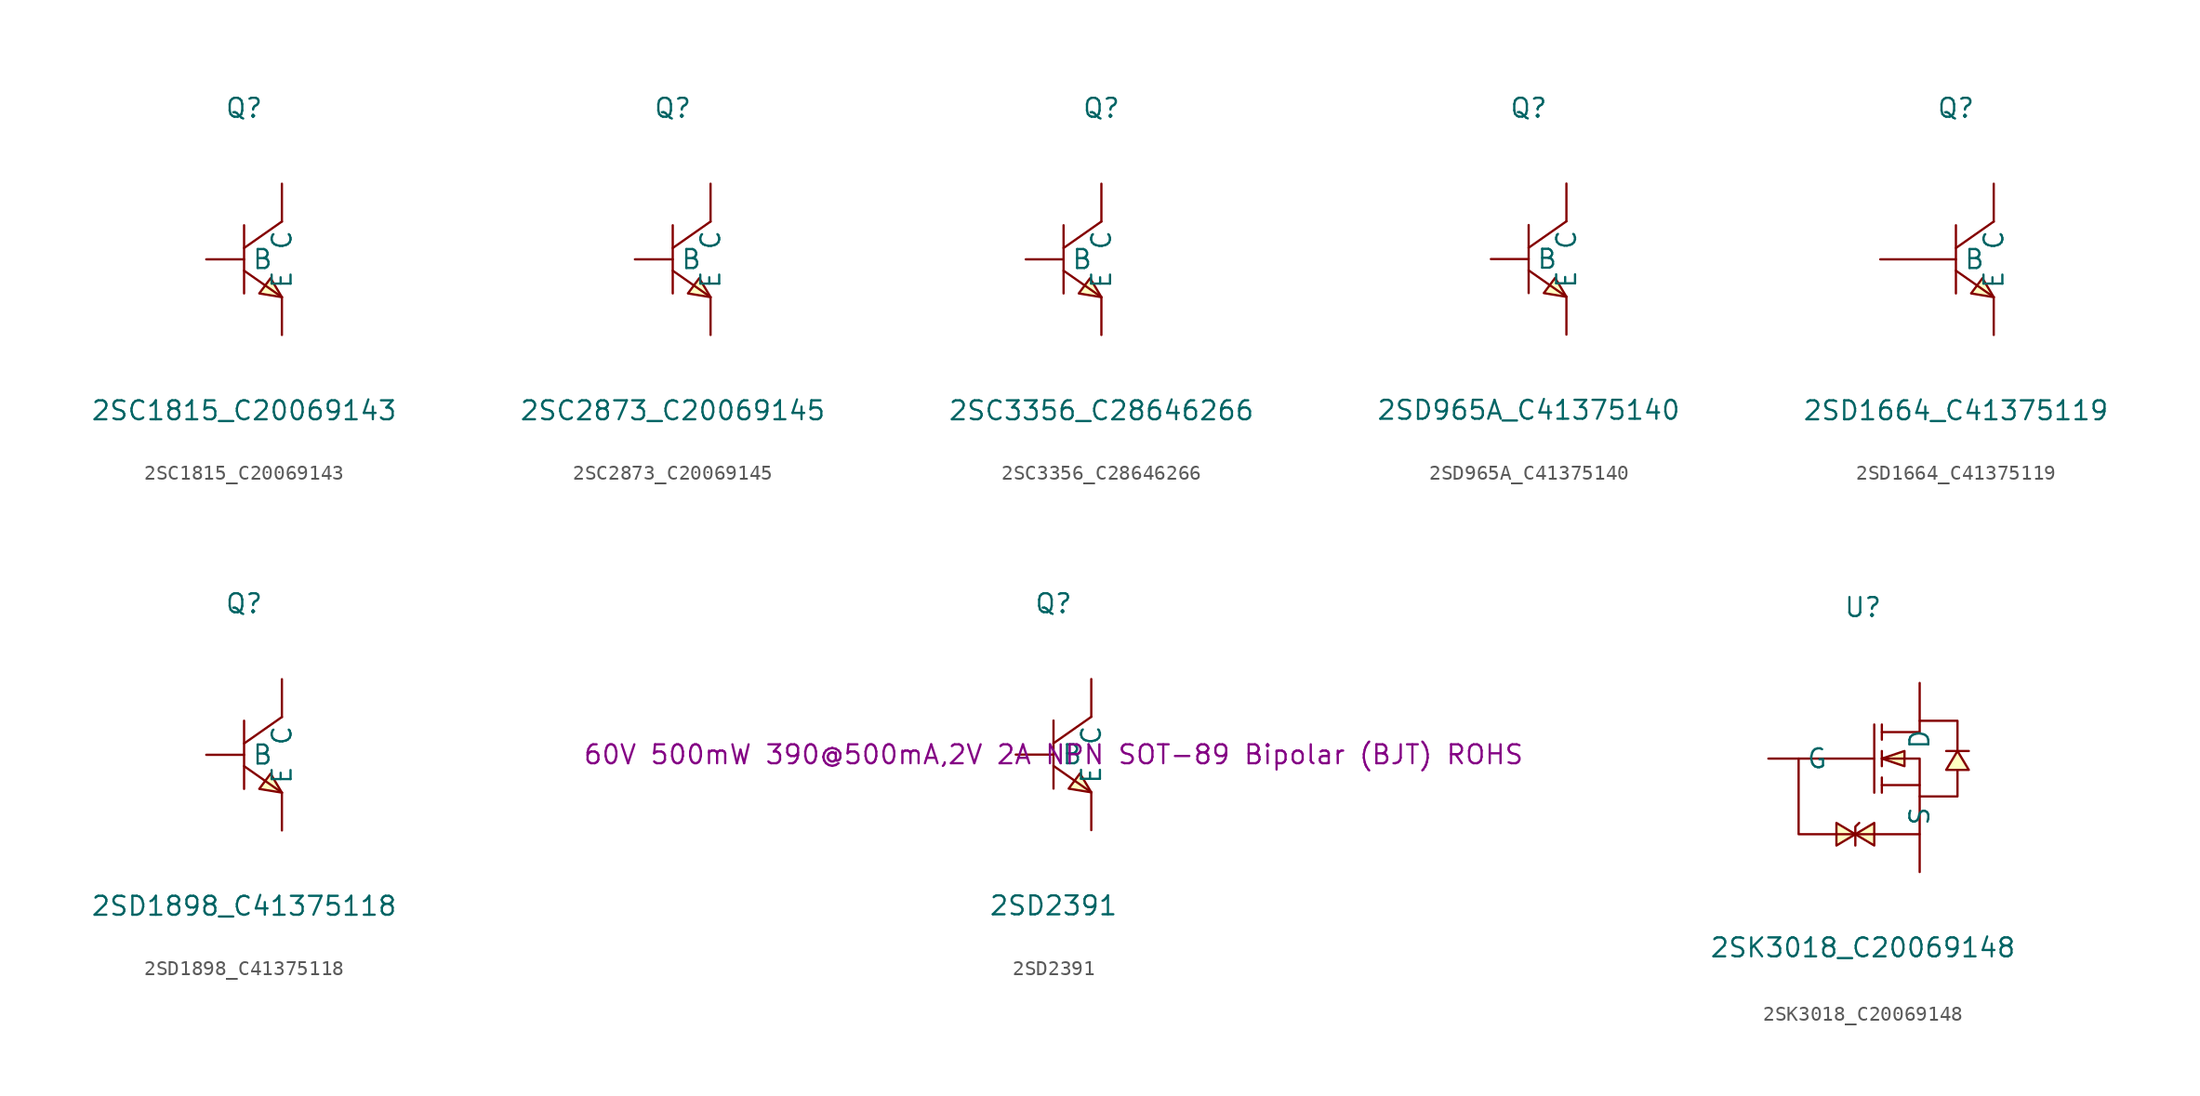
<source format=kicad_sym>
(kicad_symbol_lib
  (version 20241209)
  (generator "kicad_symbol_editor")
  (generator_version "9.0")
  (symbol "2SC1815_C20069143"
    (pin_numbers
      (hide yes))
    (property "Reference" "Q"
      (at 0 10.16 0)
      (effects (font (size 1.27 1.27))))
    (property "Value" "2SC1815_C20069143"
      (at 0 -10.16 0)
      (effects (font (size 1.27 1.27))))
    (symbol "2SC1815_C20069143_0_1"
      (polyline (pts (xy 0 2.29) (xy 0 -2.29)) (stroke (width 0) (type default)) (fill (type none)))
      (polyline (pts (xy 0 -0.76) (xy 2.54 -2.54)) (stroke (width 0) (type default)) (fill (type none)))
      (polyline (pts (xy 2.54 2.54) (xy 0 0.76)) (stroke (width 0) (type default)) (fill (type none)))
      (polyline (pts (xy 2.54 -2.54) (xy 1.78 -1.27) (xy 1.02 -2.29) (xy 2.54 -2.54)) (stroke (width 0) (type default)) (fill (type background)))
      (pin input line (at -2.54 0 0) (length 2.54) (name "B" (effects (font (size 1.27 1.27)))) (number "1" (effects (font (size 1.27 1.27)))))
      (pin input line (at 2.54 5.08 270) (length 2.54) (name "C" (effects (font (size 1.27 1.27)))) (number "3" (effects (font (size 1.27 1.27)))))
      (pin input line (at 2.54 -5.08 90) (length 2.54) (name "E" (effects (font (size 1.27 1.27)))) (number "2" (effects (font (size 1.27 1.27)))))))
  (symbol "2SC2873_C20069145"
    (pin_numbers
      (hide yes))
    (property "Reference" "Q"
      (at 0 10.16 0)
      (effects (font (size 1.27 1.27))))
    (property "Value" "2SC2873_C20069145"
      (at 0 -10.16 0)
      (effects (font (size 1.27 1.27))))
    (symbol "2SC2873_C20069145_0_1"
      (polyline (pts (xy 0 2.29) (xy 0 -2.29)) (stroke (width 0) (type default)) (fill (type none)))
      (polyline (pts (xy 0 -0.76) (xy 2.54 -2.54)) (stroke (width 0) (type default)) (fill (type none)))
      (polyline (pts (xy 2.54 2.54) (xy 0 0.76)) (stroke (width 0) (type default)) (fill (type none)))
      (polyline (pts (xy 2.54 -2.54) (xy 1.78 -1.27) (xy 1.02 -2.29) (xy 2.54 -2.54)) (stroke (width 0) (type default)) (fill (type background)))
      (pin input line (at -2.54 0 0) (length 2.54) (name "B" (effects (font (size 1.27 1.27)))) (number "1" (effects (font (size 1.27 1.27)))))
      (pin input line (at 2.54 5.08 270) (length 2.54) (name "C" (effects (font (size 1.27 1.27)))) (number "2" (effects (font (size 1.27 1.27)))))
      (pin input line (at 2.54 -5.08 90) (length 2.54) (name "E" (effects (font (size 1.27 1.27)))) (number "3" (effects (font (size 1.27 1.27)))))))
  (symbol "2SC3356_C28646266"
    (pin_numbers
      (hide yes))
    (property "Reference" "Q"
      (at 0 10.16 0)
      (effects (font (size 1.27 1.27))))
    (property "Value" "2SC3356_C28646266"
      (at 0 -10.16 0)
      (effects (font (size 1.27 1.27))))
    (symbol "2SC3356_C28646266_0_1"
      (polyline (pts (xy -2.54 2.29) (xy -2.54 -2.29)) (stroke (width 0) (type default)) (fill (type none)))
      (polyline (pts (xy -2.54 -0.76) (xy 0 -2.54)) (stroke (width 0) (type default)) (fill (type none)))
      (polyline (pts (xy 0 2.54) (xy -2.54 0.76)) (stroke (width 0) (type default)) (fill (type none)))
      (polyline (pts (xy 0 -2.54) (xy -0.76 -1.27) (xy -1.52 -2.29) (xy 0 -2.54)) (stroke (width 0) (type default)) (fill (type background)))
      (pin input line (at -5.08 0 0) (length 2.54) (name "B" (effects (font (size 1.27 1.27)))) (number "1" (effects (font (size 1.27 1.27)))))
      (pin input line (at 0 5.08 270) (length 2.54) (name "C" (effects (font (size 1.27 1.27)))) (number "3" (effects (font (size 1.27 1.27)))))
      (pin input line (at 0 -5.08 90) (length 2.54) (name "E" (effects (font (size 1.27 1.27)))) (number "2" (effects (font (size 1.27 1.27)))))))
  (symbol "2SD965A_C41375140"
    (pin_numbers
      (hide yes))
    (property "Reference" "Q"
      (at 0 10.16 0)
      (effects (font (size 1.27 1.27))))
    (property "Value" "2SD965A_C41375140"
      (at 0 -10.16 0)
      (effects (font (size 1.27 1.27))))
    (symbol "2SD965A_C41375140_0_1"
      (polyline (pts (xy 0 2.29) (xy 0 -2.29)) (stroke (width 0) (type default)) (fill (type none)))
      (polyline (pts (xy 0 -0.76) (xy 2.54 -2.54)) (stroke (width 0) (type default)) (fill (type none)))
      (polyline (pts (xy 2.54 2.54) (xy 0 0.76)) (stroke (width 0) (type default)) (fill (type none)))
      (polyline (pts (xy 2.54 -2.54) (xy 1.78 -1.27) (xy 1.02 -2.29) (xy 2.54 -2.54)) (stroke (width 0) (type default)) (fill (type background)))
      (pin unspecified line (at -2.54 0 0) (length 2.54) (name "B" (effects (font (size 1.27 1.27)))) (number "1" (effects (font (size 1.27 1.27)))))
      (pin unspecified line (at 2.54 5.08 270) (length 2.54) (name "C" (effects (font (size 1.27 1.27)))) (number "2" (effects (font (size 1.27 1.27)))))
      (pin unspecified line (at 2.54 -5.08 90) (length 2.54) (name "E" (effects (font (size 1.27 1.27)))) (number "3" (effects (font (size 1.27 1.27)))))))
  (symbol "2SD1664_C41375119"
    (pin_numbers
      (hide yes))
    (property "Reference" "Q"
      (at 0 10.16 0)
      (effects (font (size 1.27 1.27))))
    (property "Value" "2SD1664_C41375119"
      (at 0 -10.16 0)
      (effects (font (size 1.27 1.27))))
    (symbol "2SD1664_C41375119_0_1"
      (polyline (pts (xy 0 2.29) (xy 0 -2.29)) (stroke (width 0) (type default)) (fill (type none)))
      (polyline (pts (xy 0 -0.76) (xy 2.54 -2.54)) (stroke (width 0) (type default)) (fill (type none)))
      (polyline (pts (xy 2.54 2.54) (xy 0 0.76)) (stroke (width 0) (type default)) (fill (type none)))
      (polyline (pts (xy 2.54 -2.54) (xy 1.78 -1.27) (xy 1.02 -2.29) (xy 2.54 -2.54)) (stroke (width 0) (type default)) (fill (type background)))
      (pin unspecified line (at -5.08 0 0) (length 5.08) (name "B" (effects (font (size 1.27 1.27)))) (number "1" (effects (font (size 1.27 1.27)))))
      (pin unspecified line (at 2.54 5.08 270) (length 2.54) (name "C" (effects (font (size 1.27 1.27)))) (number "2" (effects (font (size 1.27 1.27)))))
      (pin unspecified line (at 2.54 -5.08 90) (length 2.54) (name "E" (effects (font (size 1.27 1.27)))) (number "3" (effects (font (size 1.27 1.27)))))))
  (symbol "2SD1898_C41375118"
    (pin_numbers
      (hide yes))
    (property "Reference" "Q"
      (at 0 10.16 0)
      (effects (font (size 1.27 1.27))))
    (property "Value" "2SD1898_C41375118"
      (at 0 -10.16 0)
      (effects (font (size 1.27 1.27))))
    (symbol "2SD1898_C41375118_0_1"
      (polyline (pts (xy 0 2.29) (xy 0 -2.29)) (stroke (width 0) (type default)) (fill (type none)))
      (polyline (pts (xy 0 -0.76) (xy 2.54 -2.54)) (stroke (width 0) (type default)) (fill (type none)))
      (polyline (pts (xy 2.54 2.54) (xy 0 0.76)) (stroke (width 0) (type default)) (fill (type none)))
      (polyline (pts (xy 2.54 -2.54) (xy 1.78 -1.27) (xy 1.02 -2.29) (xy 2.54 -2.54)) (stroke (width 0) (type default)) (fill (type background)))
      (pin unspecified line (at -2.54 0 0) (length 2.54) (name "B" (effects (font (size 1.27 1.27)))) (number "1" (effects (font (size 1.27 1.27)))))
      (pin unspecified line (at 2.54 5.08 270) (length 2.54) (name "C" (effects (font (size 1.27 1.27)))) (number "2" (effects (font (size 1.27 1.27)))))
      (pin unspecified line (at 2.54 -5.08 90) (length 2.54) (name "E" (effects (font (size 1.27 1.27)))) (number "3" (effects (font (size 1.27 1.27)))))))
  (symbol "2SD2391"
    (pin_numbers
      (hide yes))
    (property "Reference" "Q"
      (at 0 10.16 0)
      (effects (font (size 1.27 1.27))))
    (property "Value" "2SD2391"
      (at 0 -10.16 0)
      (effects (font (size 1.27 1.27))))
    (property "Description" "60V 500mW 390@500mA,2V 2A NPN SOT-89 Bipolar (BJT) ROHS"
      (at 0 0 0)
      (effects (font (size 1.27 1.27))))
    (symbol "2SD2391_0_1"
      (polyline (pts (xy 0 2.29) (xy 0 -2.29)) (stroke (width 0) (type default)) (fill (type none)))
      (polyline (pts (xy 0 -0.76) (xy 2.54 -2.54)) (stroke (width 0) (type default)) (fill (type none)))
      (polyline (pts (xy 2.54 2.54) (xy 0 0.76)) (stroke (width 0) (type default)) (fill (type none)))
      (polyline (pts (xy 2.54 -2.54) (xy 1.78 -1.27) (xy 1.02 -2.29) (xy 2.54 -2.54)) (stroke (width 0) (type default)) (fill (type background)))
      (pin input line (at -2.54 0 0) (length 2.54) (name "B" (effects (font (size 1.27 1.27)))) (number "1" (effects (font (size 1.27 1.27)))))
      (pin input line (at 2.54 5.08 270) (length 2.54) (name "C" (effects (font (size 1.27 1.27)))) (number "2" (effects (font (size 1.27 1.27)))))
      (pin input line (at 2.54 -5.08 90) (length 2.54) (name "E" (effects (font (size 1.27 1.27)))) (number "3" (effects (font (size 1.27 1.27)))))))
  (symbol "2SK3018_C20069148"
    (pin_numbers
      (hide yes))
    (property "Reference" "U"
      (at 0 11.43 0)
      (effects (font (size 1.27 1.27))))
    (property "Value" "2SK3018_C20069148"
      (at 0 -11.43 0)
      (effects (font (size 1.27 1.27))))
    (symbol "2SK3018_C20069148_0_1"
      (polyline (pts (xy -0.51 -3.81) (xy -1.78 -3.05) (xy -1.78 -4.57) (xy -0.51 -3.81)) (stroke (width 0) (type default)) (fill (type background)))
      (polyline (pts (xy -0.51 -3.81) (xy 0.76 -4.57) (xy 0.76 -3.05) (xy -0.51 -3.81)) (stroke (width 0) (type default)) (fill (type background)))
      (polyline (pts (xy -0.25 -3.05) (xy -0.51 -3.3) (xy -0.51 -4.32) (xy -0.51 -4.57)) (stroke (width 0) (type default)) (fill (type none)))
      (polyline (pts (xy 0.76 3.56) (xy 0.76 -1.02)) (stroke (width 0) (type default)) (fill (type none)))
      (polyline (pts (xy 0.76 1.27) (xy -4.32 1.27) (xy -4.32 -3.81) (xy 3.81 -3.81) (xy 3.81 -1.27)) (stroke (width 0) (type default)) (fill (type none)))
      (polyline (pts (xy 1.27 3.56) (xy 1.27 2.54)) (stroke (width 0) (type default)) (fill (type none)))
      (polyline (pts (xy 1.27 3.05) (xy 3.81 3.05) (xy 3.81 3.81) (xy 6.35 3.81) (xy 6.35 1.78)) (stroke (width 0) (type default)) (fill (type none)))
      (polyline (pts (xy 1.27 1.27) (xy 2.79 0.76) (xy 2.79 1.78) (xy 1.27 1.27)) (stroke (width 0) (type default)) (fill (type background)))
      (polyline (pts (xy 1.27 1.27) (xy 3.81 1.27) (xy 3.81 -1.27) (xy 6.35 -1.27) (xy 6.35 0.51)) (stroke (width 0) (type default)) (fill (type none)))
      (polyline (pts (xy 1.27 0.76) (xy 1.27 1.78)) (stroke (width 0) (type default)) (fill (type none)))
      (polyline (pts (xy 1.27 -1.02) (xy 1.27 0)) (stroke (width 0) (type default)) (fill (type none)))
      (polyline (pts (xy 3.81 -0.51) (xy 1.27 -0.51)) (stroke (width 0) (type default)) (fill (type none)))
      (polyline (pts (xy 6.35 1.78) (xy 5.59 0.51) (xy 7.11 0.51) (xy 6.35 1.78)) (stroke (width 0) (type default)) (fill (type background)))
      (polyline (pts (xy 7.11 1.78) (xy 6.86 1.78) (xy 5.84 1.78) (xy 5.59 1.78)) (stroke (width 0) (type default)) (fill (type none)))
      (pin unspecified line (at -6.35 1.27 0) (length 2.032) (name "G" (effects (font (size 1.27 1.27)))) (number "1" (effects (font (size 1.27 1.27)))))
      (pin unspecified line (at 3.81 6.35 270) (length 2.54) (name "D" (effects (font (size 1.27 1.27)))) (number "3" (effects (font (size 1.27 1.27)))))
      (pin unspecified line (at 3.81 -6.35 90) (length 2.54) (name "S" (effects (font (size 1.27 1.27)))) (number "2" (effects (font (size 1.27 1.27))))))))
</source>
